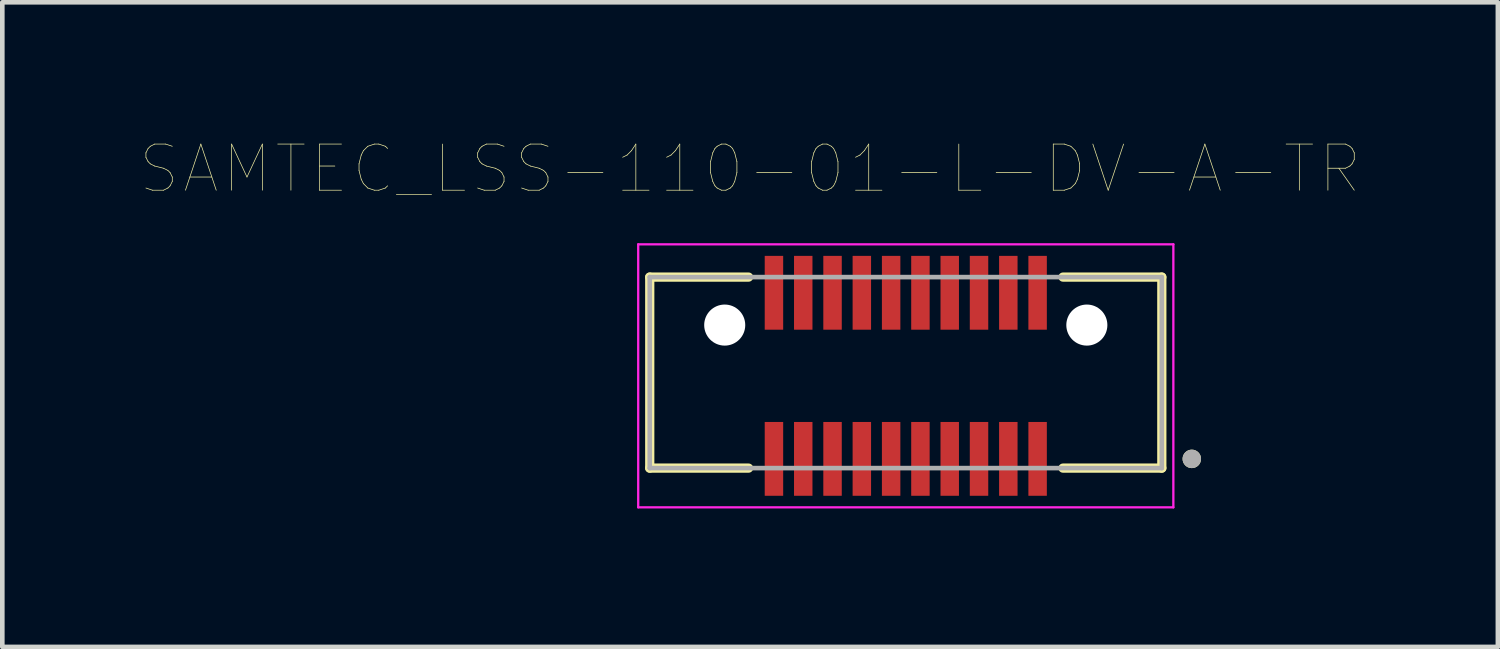
<source format=kicad_pcb>
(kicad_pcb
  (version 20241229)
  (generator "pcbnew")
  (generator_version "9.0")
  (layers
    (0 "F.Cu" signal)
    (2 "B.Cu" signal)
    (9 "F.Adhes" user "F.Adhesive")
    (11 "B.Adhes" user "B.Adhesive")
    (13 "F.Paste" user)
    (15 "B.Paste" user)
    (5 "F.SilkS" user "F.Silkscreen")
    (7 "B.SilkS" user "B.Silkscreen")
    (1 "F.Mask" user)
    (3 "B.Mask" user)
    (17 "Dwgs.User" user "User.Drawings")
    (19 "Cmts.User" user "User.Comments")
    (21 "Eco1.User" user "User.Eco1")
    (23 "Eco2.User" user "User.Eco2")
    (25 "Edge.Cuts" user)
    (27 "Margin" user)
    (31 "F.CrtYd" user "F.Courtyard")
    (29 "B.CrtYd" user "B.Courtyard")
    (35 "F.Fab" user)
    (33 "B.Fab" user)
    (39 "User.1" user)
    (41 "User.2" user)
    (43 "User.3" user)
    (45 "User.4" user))
  (footprint "SAMTEC_LSS-110-01-L-DV-A-TR"
    (layer "F.Cu")
    (at 19.44 6.896)
    (property "Reference" "SAMTEC_LSS-110-01-L-DV-A-TR" (at -6.232 -6.285 0) (layer "F.SilkS") (effects (font (size 1 1) (thickness 0.015))))
    (attr through_hole)
    (fp_line (start -8.407 -3.94) (end -6.265 -3.94) (stroke (width 0.2) (type solid)) (layer "F.SilkS"))
    (fp_line (start -8.407 0.2) (end -8.407 -3.94) (stroke (width 0.2) (type solid)) (layer "F.SilkS"))
    (fp_line (start -6.265 0.2) (end -8.407 0.2) (stroke (width 0.2) (type solid)) (layer "F.SilkS"))
    (fp_line (start 0.55 -3.94) (end 2.692 -3.94) (stroke (width 0.2) (type solid)) (layer "F.SilkS"))
    (fp_line (start 0.55 0.2) (end 2.692 0.2) (stroke (width 0.2) (type solid)) (layer "F.SilkS"))
    (fp_line (start 2.692 -3.94) (end 2.692 0.2) (stroke (width 0.2) (type solid)) (layer "F.SilkS"))
    (fp_circle (center 3.342 0) (end 3.442 0) (stroke (width 0.2) (type solid)) (fill no) (layer "F.SilkS"))
    (fp_line (start -8.657 -4.65) (end 2.942 -4.65) (stroke (width 0.05) (type solid)) (layer "F.CrtYd"))
    (fp_line (start -8.657 1.05) (end -8.657 -4.65) (stroke (width 0.05) (type solid)) (layer "F.CrtYd"))
    (fp_line (start 2.942 -4.65) (end 2.942 1.05) (stroke (width 0.05) (type solid)) (layer "F.CrtYd"))
    (fp_line (start 2.942 1.05) (end -8.657 1.05) (stroke (width 0.05) (type solid)) (layer "F.CrtYd"))
    (fp_line (start -8.407 -3.94) (end 2.692 -3.94) (stroke (width 0.1) (type solid)) (layer "F.Fab"))
    (fp_line (start -8.407 0.2) (end -8.407 -3.94) (stroke (width 0.1) (type solid)) (layer "F.Fab"))
    (fp_line (start 2.692 -3.94) (end 2.692 0.2) (stroke (width 0.1) (type solid)) (layer "F.Fab"))
    (fp_line (start 2.692 0.2) (end -8.407 0.2) (stroke (width 0.1) (type solid)) (layer "F.Fab"))
    (fp_circle (center 3.342 0) (end 3.442 0) (stroke (width 0.2) (type solid)) (fill no) (layer "F.Fab"))
    (pad "" np_thru_hole circle (at -6.782 -2.9) (size 0.89 0.89) (drill 0.89) (layers "*.Cu" "*.Mask"))
    (pad "" np_thru_hole circle (at 1.067 -2.9) (size 0.89 0.89) (drill 0.89) (layers "*.Cu" "*.Mask"))
    (pad "01" smd rect (at 0 0) (size 0.4 1.6) (layers "F.Cu" "F.Mask" "F.Paste"))
    (pad "02" smd rect (at 0 -3.6) (size 0.4 1.6) (layers "F.Cu" "F.Mask" "F.Paste"))
    (pad "03" smd rect (at -0.635 0) (size 0.4 1.6) (layers "F.Cu" "F.Mask" "F.Paste"))
    (pad "04" smd rect (at -0.635 -3.6) (size 0.4 1.6) (layers "F.Cu" "F.Mask" "F.Paste"))
    (pad "05" smd rect (at -1.27 0) (size 0.4 1.6) (layers "F.Cu" "F.Mask" "F.Paste"))
    (pad "06" smd rect (at -1.27 -3.6) (size 0.4 1.6) (layers "F.Cu" "F.Mask" "F.Paste"))
    (pad "07" smd rect (at -1.905 0) (size 0.4 1.6) (layers "F.Cu" "F.Mask" "F.Paste"))
    (pad "08" smd rect (at -1.905 -3.6) (size 0.4 1.6) (layers "F.Cu" "F.Mask" "F.Paste"))
    (pad "09" smd rect (at -2.54 0) (size 0.4 1.6) (layers "F.Cu" "F.Mask" "F.Paste"))
    (pad "10" smd rect (at -2.54 -3.6) (size 0.4 1.6) (layers "F.Cu" "F.Mask" "F.Paste"))
    (pad "11" smd rect (at -3.175 0) (size 0.4 1.6) (layers "F.Cu" "F.Mask" "F.Paste"))
    (pad "12" smd rect (at -3.175 -3.6) (size 0.4 1.6) (layers "F.Cu" "F.Mask" "F.Paste"))
    (pad "13" smd rect (at -3.81 0) (size 0.4 1.6) (layers "F.Cu" "F.Mask" "F.Paste"))
    (pad "14" smd rect (at -3.81 -3.6) (size 0.4 1.6) (layers "F.Cu" "F.Mask" "F.Paste"))
    (pad "15" smd rect (at -4.445 0) (size 0.4 1.6) (layers "F.Cu" "F.Mask" "F.Paste"))
    (pad "16" smd rect (at -4.445 -3.6) (size 0.4 1.6) (layers "F.Cu" "F.Mask" "F.Paste"))
    (pad "17" smd rect (at -5.08 0) (size 0.4 1.6) (layers "F.Cu" "F.Mask" "F.Paste"))
    (pad "18" smd rect (at -5.08 -3.6) (size 0.4 1.6) (layers "F.Cu" "F.Mask" "F.Paste"))
    (pad "19" smd rect (at -5.715 0) (size 0.4 1.6) (layers "F.Cu" "F.Mask" "F.Paste"))
    (pad "20" smd rect (at -5.715 -3.6) (size 0.4 1.6) (layers "F.Cu" "F.Mask" "F.Paste")))
  (gr_rect
    (start -3 -3)
    (end 29.416 10.971)
    (stroke (width 0.1) (type default))
    (fill no)
    (layer "Edge.Cuts")))
</source>
